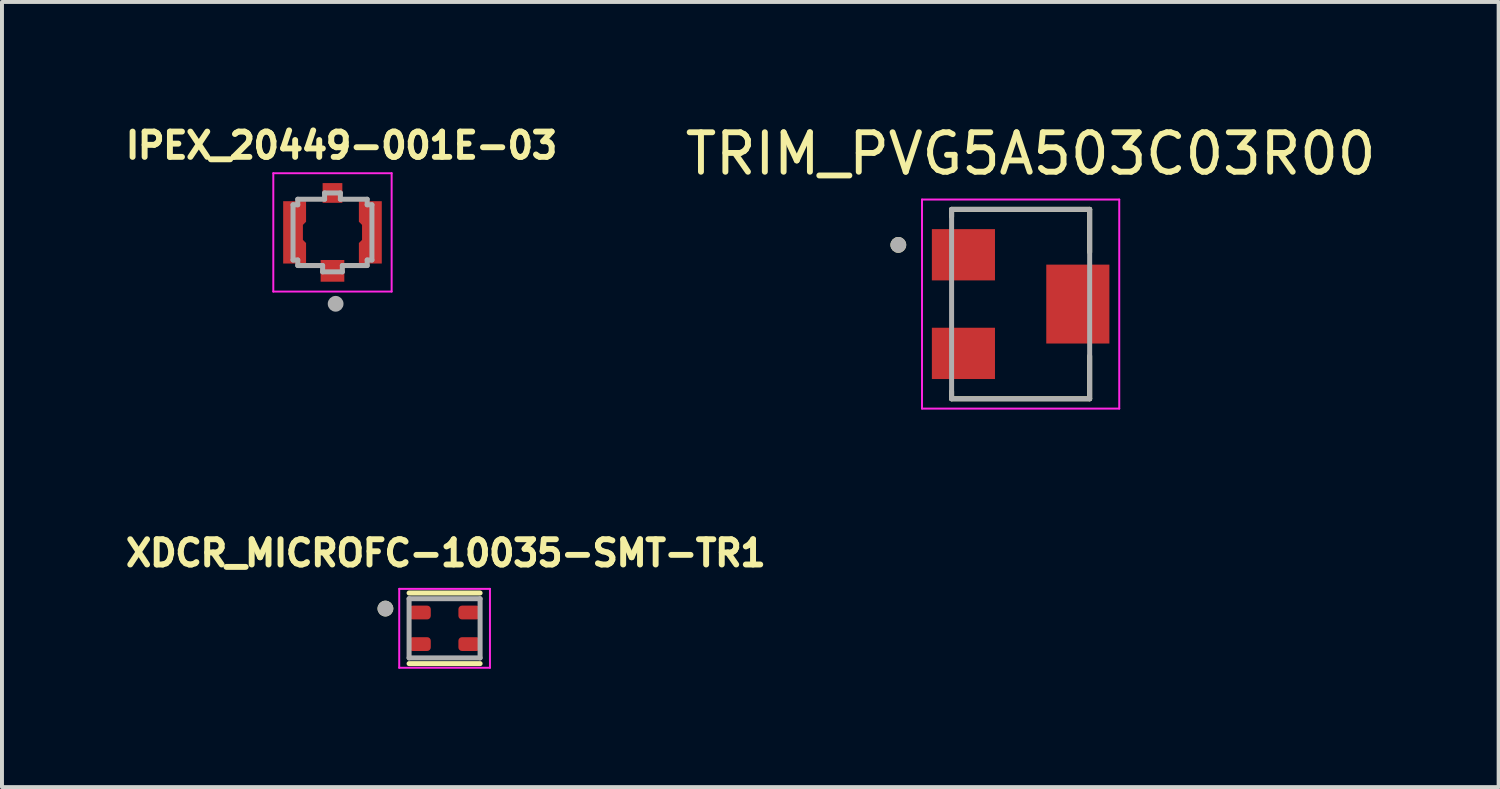
<source format=kicad_pcb>
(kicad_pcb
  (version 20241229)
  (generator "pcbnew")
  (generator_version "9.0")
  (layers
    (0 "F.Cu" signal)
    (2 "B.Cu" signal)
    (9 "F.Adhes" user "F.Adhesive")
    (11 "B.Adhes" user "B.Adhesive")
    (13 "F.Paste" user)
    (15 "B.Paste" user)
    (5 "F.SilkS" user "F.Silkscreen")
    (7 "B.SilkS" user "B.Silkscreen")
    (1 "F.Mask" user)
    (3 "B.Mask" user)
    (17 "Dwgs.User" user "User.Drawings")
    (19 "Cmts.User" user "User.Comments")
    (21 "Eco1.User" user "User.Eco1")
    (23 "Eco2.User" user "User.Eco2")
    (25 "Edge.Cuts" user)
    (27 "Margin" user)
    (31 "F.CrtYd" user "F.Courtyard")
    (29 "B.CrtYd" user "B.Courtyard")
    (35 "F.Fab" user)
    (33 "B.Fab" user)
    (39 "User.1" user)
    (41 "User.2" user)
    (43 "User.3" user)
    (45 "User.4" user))
  (footprint "TRIM_PVG5A503C03R00"
    (layer "F.Cu")
    (at 22.822 4.658)
    (property "Reference" "TRIM_PVG5A503C03R00" (at 0.254 -3.81 0) (layer "F.SilkS") (effects (font (size 1 1) (thickness 0.15))))
    (attr smd)
    (fp_line (start -1.75 -2.4) (end -1.75 -2.215) (stroke (width 0.127) (type solid)) (layer "F.SilkS"))
    (fp_line (start -1.75 2.215) (end -1.75 2.4) (stroke (width 0.127) (type solid)) (layer "F.SilkS"))
    (fp_line (start -1.75 2.4) (end 1.75 2.4) (stroke (width 0.127) (type solid)) (layer "F.SilkS"))
    (fp_line (start 1.75 -2.4) (end -1.75 -2.4) (stroke (width 0.127) (type solid)) (layer "F.SilkS"))
    (fp_line (start 1.75 -1.315) (end 1.75 -2.4) (stroke (width 0.127) (type solid)) (layer "F.SilkS"))
    (fp_line (start 1.75 2.4) (end 1.75 1.315) (stroke (width 0.127) (type solid)) (layer "F.SilkS"))
    (fp_circle (center -3.1 -1.5) (end -3 -1.5) (stroke (width 0.2) (type solid)) (fill no) (layer "F.SilkS"))
    (fp_line (start -2.5 -2.65) (end 2.5 -2.65) (stroke (width 0.05) (type solid)) (layer "F.CrtYd"))
    (fp_line (start -2.5 2.65) (end -2.5 -2.65) (stroke (width 0.05) (type solid)) (layer "F.CrtYd"))
    (fp_line (start 2.5 -2.65) (end 2.5 2.65) (stroke (width 0.05) (type solid)) (layer "F.CrtYd"))
    (fp_line (start 2.5 2.65) (end -2.5 2.65) (stroke (width 0.05) (type solid)) (layer "F.CrtYd"))
    (fp_line (start -1.75 -2.4) (end 1.75 -2.4) (stroke (width 0.127) (type solid)) (layer "F.Fab"))
    (fp_line (start -1.75 2.4) (end -1.75 -2.4) (stroke (width 0.127) (type solid)) (layer "F.Fab"))
    (fp_line (start 1.75 -2.4) (end 1.75 2.4) (stroke (width 0.127) (type solid)) (layer "F.Fab"))
    (fp_line (start 1.75 2.4) (end -1.75 2.4) (stroke (width 0.127) (type solid)) (layer "F.Fab"))
    (fp_circle (center -3.1 -1.5) (end -3 -1.5) (stroke (width 0.2) (type solid)) (fill no) (layer "F.Fab"))
    (pad "1" smd rect (at -1.45 -1.25 270) (size 1.3 1.6) (layers "F.Cu" "F.Mask" "F.Paste"))
    (pad "2" smd rect (at 1.45 0 270) (size 2 1.6) (layers "F.Cu" "F.Mask" "F.Paste"))
    (pad "3" smd rect (at -1.45 1.25 270) (size 1.3 1.6) (layers "F.Cu" "F.Mask" "F.Paste")))
  (footprint "XDCR_MICROFC-10035-SMT-TR1"
    (layer "F.Cu")
    (at 8.22 12.877)
    (property "Reference" "XDCR_MICROFC-10035-SMT-TR1" (at 0.032 -1.906 0) (layer "F.SilkS") (effects (font (size 0.64 0.64) (thickness 0.15))))
    (attr smd)
    (fp_line (start -0.9 -0.895) (end 0.9 -0.895) (stroke (width 0.127) (type solid)) (layer "F.SilkS"))
    (fp_line (start 0.9 0.895) (end -0.9 0.895) (stroke (width 0.127) (type solid)) (layer "F.SilkS"))
    (fp_circle (center -1.5 -0.5) (end -1.4 -0.5) (stroke (width 0.2) (type solid)) (fill no) (layer "F.SilkS"))
    (fp_line (start -1.15 -1) (end 1.15 -1) (stroke (width 0.05) (type solid)) (layer "F.CrtYd"))
    (fp_line (start -1.15 1) (end -1.15 -1) (stroke (width 0.05) (type solid)) (layer "F.CrtYd"))
    (fp_line (start 1.15 -1) (end 1.15 1) (stroke (width 0.05) (type solid)) (layer "F.CrtYd"))
    (fp_line (start 1.15 1) (end -1.15 1) (stroke (width 0.05) (type solid)) (layer "F.CrtYd"))
    (fp_line (start -0.9 -0.75) (end 0.9 -0.75) (stroke (width 0.127) (type solid)) (layer "F.Fab"))
    (fp_line (start -0.9 0.75) (end -0.9 -0.75) (stroke (width 0.127) (type solid)) (layer "F.Fab"))
    (fp_line (start 0.9 -0.75) (end 0.9 0.75) (stroke (width 0.127) (type solid)) (layer "F.Fab"))
    (fp_line (start 0.9 0.75) (end -0.9 0.75) (stroke (width 0.127) (type solid)) (layer "F.Fab"))
    (fp_circle (center -1.5 -0.5) (end -1.4 -0.5) (stroke (width 0.2) (type solid)) (fill no) (layer "F.Fab"))
    (pad "1" smd roundrect (at -0.625 -0.4) (size 0.55 0.35) (layers "F.Cu" "F.Mask" "F.Paste") (roundrect_rratio 0.26))
    (pad "2" smd roundrect (at -0.625 0.4) (size 0.55 0.35) (layers "F.Cu" "F.Mask" "F.Paste") (roundrect_rratio 0.26))
    (pad "3" smd roundrect (at 0.625 0.4) (size 0.55 0.35) (layers "F.Cu" "F.Mask" "F.Paste") (roundrect_rratio 0.26))
    (pad "4" smd roundrect (at 0.625 -0.4) (size 0.55 0.35) (layers "F.Cu" "F.Mask" "F.Paste") (roundrect_rratio 0.26)))
  (footprint "IPEX_20449-001E-03"
    (layer "F.Cu")
    (at 5.378 2.841)
    (property "Reference" "IPEX_20449-001E-03" (at 0.229 -2.203 0) (layer "F.SilkS") (effects (font (size 0.641 0.641) (thickness 0.15))))
    (attr smd)
    (fp_line (start -1.5 1.5) (end -1.5 -1.5) (stroke (width 0.05) (type solid)) (layer "F.CrtYd"))
    (fp_line (start -1.5 1.5) (end 1.5 1.5) (stroke (width 0.05) (type solid)) (layer "F.CrtYd"))
    (fp_line (start 1.5 -1.5) (end -1.5 -1.5) (stroke (width 0.05) (type solid)) (layer "F.CrtYd"))
    (fp_line (start 1.5 1.5) (end 1.5 -1.5) (stroke (width 0.05) (type solid)) (layer "F.CrtYd"))
    (fp_line (start -1 -0.7) (end -1 0.7) (stroke (width 0.127) (type solid)) (layer "F.Fab"))
    (fp_line (start -1 0.7) (end -0.88 0.7) (stroke (width 0.127) (type solid)) (layer "F.Fab"))
    (fp_line (start -0.88 -0.84) (end -0.88 -0.7) (stroke (width 0.127) (type solid)) (layer "F.Fab"))
    (fp_line (start -0.88 -0.7) (end -1 -0.7) (stroke (width 0.127) (type solid)) (layer "F.Fab"))
    (fp_line (start -0.88 0.7) (end -0.88 0.84) (stroke (width 0.127) (type solid)) (layer "F.Fab"))
    (fp_line (start -0.88 0.84) (end -0.25 0.84) (stroke (width 0.127) (type solid)) (layer "F.Fab"))
    (fp_line (start -0.25 0.84) (end -0.25 1) (stroke (width 0.127) (type solid)) (layer "F.Fab"))
    (fp_line (start -0.25 1) (end 0.25 1) (stroke (width 0.127) (type solid)) (layer "F.Fab"))
    (fp_line (start -0.2 -1) (end -0.2 -0.84) (stroke (width 0.127) (type solid)) (layer "F.Fab"))
    (fp_line (start -0.2 -0.84) (end -0.88 -0.84) (stroke (width 0.127) (type solid)) (layer "F.Fab"))
    (fp_line (start 0.2 -1) (end -0.2 -1) (stroke (width 0.127) (type solid)) (layer "F.Fab"))
    (fp_line (start 0.2 -0.84) (end 0.2 -1) (stroke (width 0.127) (type solid)) (layer "F.Fab"))
    (fp_line (start 0.25 0.84) (end 0.88 0.84) (stroke (width 0.127) (type solid)) (layer "F.Fab"))
    (fp_line (start 0.25 1) (end 0.25 0.84) (stroke (width 0.127) (type solid)) (layer "F.Fab"))
    (fp_line (start 0.88 -0.84) (end 0.2 -0.84) (stroke (width 0.127) (type solid)) (layer "F.Fab"))
    (fp_line (start 0.88 -0.7) (end 0.88 -0.84) (stroke (width 0.127) (type solid)) (layer "F.Fab"))
    (fp_line (start 0.88 0.7) (end 1 0.7) (stroke (width 0.127) (type solid)) (layer "F.Fab"))
    (fp_line (start 0.88 0.84) (end 0.88 0.7) (stroke (width 0.127) (type solid)) (layer "F.Fab"))
    (fp_line (start 1 -0.7) (end 0.88 -0.7) (stroke (width 0.127) (type solid)) (layer "F.Fab"))
    (fp_line (start 1 0.7) (end 1 -0.7) (stroke (width 0.127) (type solid)) (layer "F.Fab"))
    (fp_circle (center 0.08 1.81) (end 0.18 1.81) (stroke (width 0.2) (type solid)) (fill no) (layer "F.Fab"))
    (pad "1" smd rect (at 0 0.975) (size 0.6 0.55) (layers "F.Cu" "F.Mask" "F.Paste"))
    (pad "2" smd custom (at 1 0) (size 0.5 1.58) (layers "F.Cu" "F.Mask" "F.Paste") (options (anchor rect)) (primitives (gr_poly (pts (xy -0.25 0.79) (xy -0.33 0.79) (xy -0.33 0.27) (xy -0.25 0.19) (xy -0.25 -0.19) (xy -0.33 -0.27) (xy -0.33 -0.79) (xy -0.25 -0.79)) (width 0.001) (fill yes))))
    (pad "3" smd custom (at -1 0) (size 0.5 1.58) (layers "F.Cu" "F.Mask" "F.Paste") (options (anchor rect)) (primitives (gr_poly (pts (xy 0.25 -0.79) (xy 0.33 -0.79) (xy 0.33 -0.27) (xy 0.25 -0.19) (xy 0.25 0.19) (xy 0.33 0.27) (xy 0.33 0.79) (xy 0.25 0.79)) (width 0.001) (fill yes))))
    (pad "4" smd rect (at 0 -1) (size 0.5 0.5) (layers "F.Cu" "F.Mask" "F.Paste"))
    (zone (net_name "") (layer "F.Cu") (hatch full 0.508) (connect_pads) (min_thickness 0.001) (filled_areas_thickness no) (keepout (tracks not_allowed) (vias not_allowed) (pads not_allowed) (copperpour not_allowed) (footprints allowed)) (placement (enabled no)) (fill) (polygon (pts (xy 4.708 3.111) (xy 4.628 3.031) (xy 4.628 2.651) (xy 4.708 2.571) (xy 4.708 2.051) (xy 5.128 2.051) (xy 5.128 2.091) (xy 5.628 2.091) (xy 5.628 2.051) (xy 6.048 2.051) (xy 6.048 2.571) (xy 6.128 2.651) (xy 6.128 3.031) (xy 6.048 3.111) (xy 6.048 3.631) (xy 5.678 3.631) (xy 5.678 3.541) (xy 5.078 3.541) (xy 5.078 3.631) (xy 4.708 3.631)))))
  (gr_rect
    (start -3 -3)
    (end 34.939 16.902)
    (stroke (width 0.1) (type default))
    (fill no)
    (layer "Edge.Cuts")))
</source>
